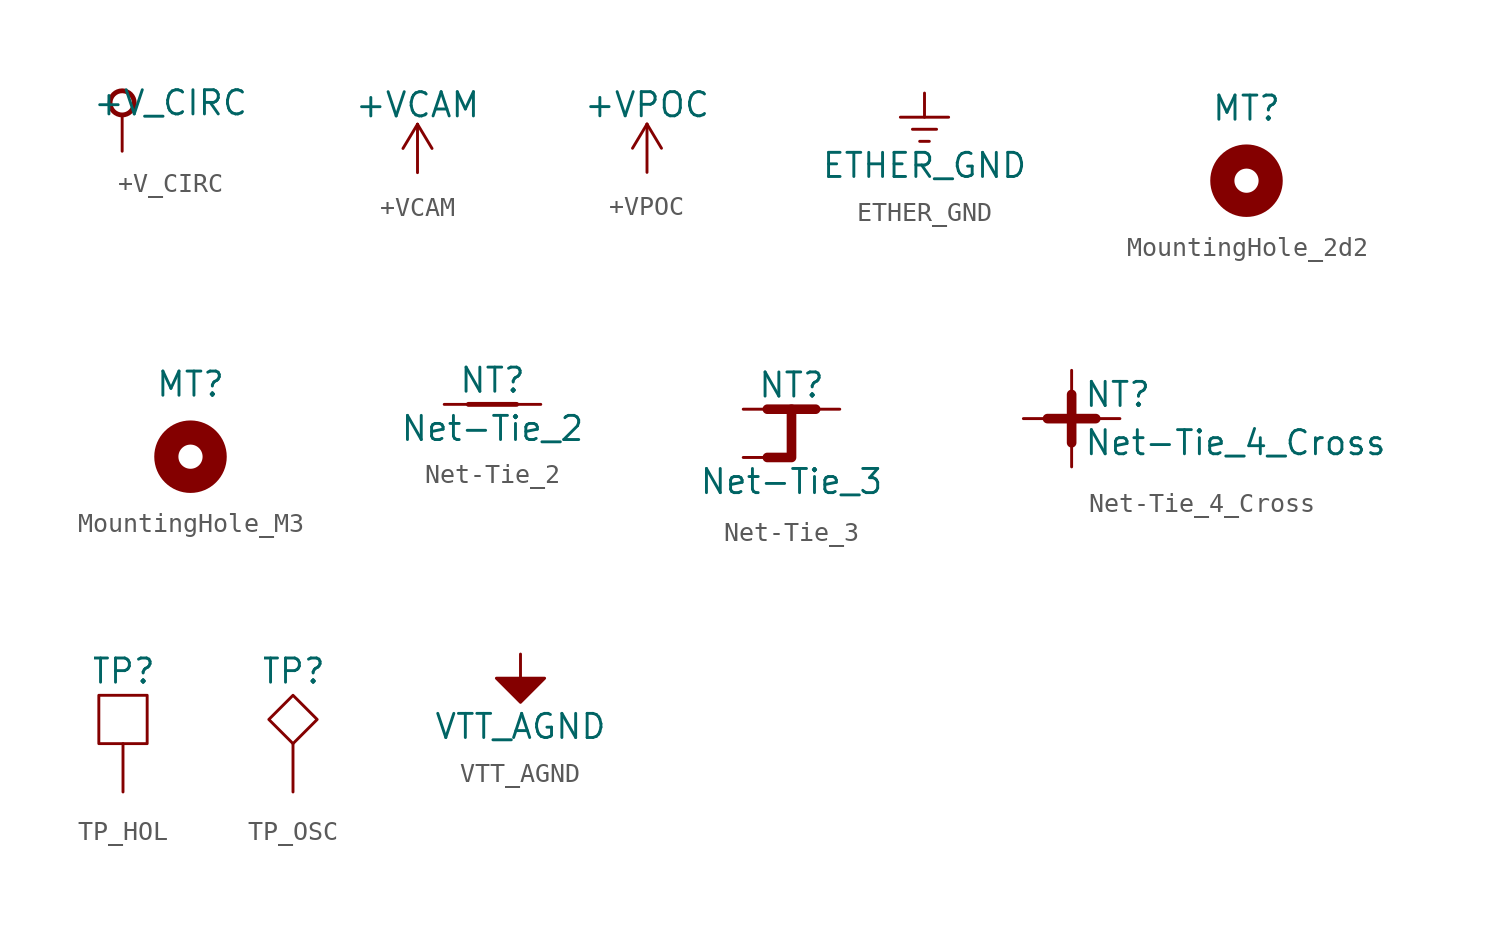
<source format=kicad_sym>
(kicad_symbol_lib
  (version 20211014)
  (generator kicad_symbol_editor)
  (symbol "+V_CIRC"
    (power)
    (pin_names
      (offset 0))
    (property "Reference" "#PWR"
      (at 0 -3.81 0)
      (effects (font (size 1.27 1.27)) hide))
    (property "Value" "+V_CIRC"
      (at 2.54 2.54 0)
      (effects (font (size 1.27 1.27))))
    (symbol "+V_CIRC_0_1"
      (polyline (pts (xy 0 0) (xy 0 1.905)) (stroke (width 0) (type default) (color 0 0 0 0)) (fill (type none)))
      (circle (center 0 2.54) (radius 0.635) (stroke (width 0.254) (type default) (color 0 0 0 0)) (fill (type none))))
    (symbol "+V_CIRC_1_1"
      (pin power_in line (at 0 0 90) (length 0) hide (name "+VPOC" (effects (font (size 1.27 1.27)))) (number "1" (effects (font (size 1.27 1.27)))))))
  (symbol "+VCAM"
    (power)
    (pin_names
      (offset 0))
    (property "Reference" "#PWR"
      (at 0 -3.81 0)
      (effects (font (size 1.27 1.27)) hide))
    (property "Value" "+VCAM"
      (at 0 3.556 0)
      (effects (font (size 1.27 1.27))))
    (symbol "+VCAM_0_1"
      (polyline (pts (xy -0.762 1.27) (xy 0 2.54)) (stroke (width 0) (type default) (color 0 0 0 0)) (fill (type none)))
      (polyline (pts (xy 0 0) (xy 0 2.54)) (stroke (width 0) (type default) (color 0 0 0 0)) (fill (type none)))
      (polyline (pts (xy 0 2.54) (xy 0.762 1.27)) (stroke (width 0) (type default) (color 0 0 0 0)) (fill (type none))))
    (symbol "+VCAM_1_1"
      (pin power_in line (at 0 0 90) (length 0) hide (name "+VCAM" (effects (font (size 1.27 1.27)))) (number "1" (effects (font (size 1.27 1.27)))))))
  (symbol "+VPOC"
    (power)
    (pin_names
      (offset 0))
    (property "Reference" "#PWR"
      (at 0 -3.81 0)
      (effects (font (size 1.27 1.27)) hide))
    (property "Value" "+VPOC"
      (at 0 3.556 0)
      (effects (font (size 1.27 1.27))))
    (symbol "+VPOC_0_1"
      (polyline (pts (xy -0.762 1.27) (xy 0 2.54)) (stroke (width 0) (type default) (color 0 0 0 0)) (fill (type none)))
      (polyline (pts (xy 0 0) (xy 0 2.54)) (stroke (width 0) (type default) (color 0 0 0 0)) (fill (type none)))
      (polyline (pts (xy 0 2.54) (xy 0.762 1.27)) (stroke (width 0) (type default) (color 0 0 0 0)) (fill (type none))))
    (symbol "+VPOC_1_1"
      (pin power_in line (at 0 0 90) (length 0) hide (name "+VPOC" (effects (font (size 1.27 1.27)))) (number "1" (effects (font (size 1.27 1.27)))))))
  (symbol "ETHER_GND"
    (power)
    (pin_names
      (offset 0))
    (property "Reference" "#PWR"
      (at 0 -6.35 0)
      (effects (font (size 1.27 1.27)) hide))
    (property "Value" "ETHER_GND"
      (at 0 -3.81 0)
      (effects (font (size 1.27 1.27))))
    (symbol "ETHER_GND_0_1"
      (polyline (pts (xy -0.635 -1.905) (xy 0.635 -1.905)) (stroke (width 0) (type default) (color 0 0 0 0)) (fill (type none)))
      (polyline (pts (xy -0.254 -2.54) (xy 0.254 -2.54)) (stroke (width 0) (type default) (color 0 0 0 0)) (fill (type none)))
      (polyline (pts (xy 0 0) (xy 0 -1.27)) (stroke (width 0) (type default) (color 0 0 0 0)) (fill (type none)))
      (polyline (pts (xy 1.27 -1.27) (xy -1.27 -1.27)) (stroke (width 0) (type default) (color 0 0 0 0)) (fill (type none))))
    (symbol "ETHER_GND_1_1"
      (pin power_in line (at 0 0 270) (length 0) hide (name "ETHER_GND" (effects (font (size 1.27 1.27)))) (number "1" (effects (font (size 1.27 1.27)))))))
  (symbol "MountingHole_2d2"
    (pin_names
      (offset 1.016))
    (property "Reference" "MT"
      (at 0 3.81 0)
      (effects (font (size 1.27 1.27))))
    (symbol "MountingHole_2d2_0_1"
      (circle (center 0 0) (radius 1.27) (stroke (width 1.27) (type default) (color 0 0 0 0)) (fill (type none)))))
  (symbol "MountingHole_M3"
    (pin_names
      (offset 1.016))
    (property "Reference" "MT"
      (at 0 3.81 0)
      (effects (font (size 1.27 1.27))))
    (symbol "MountingHole_M3_0_1"
      (circle (center 0 0) (radius 1.27) (stroke (width 1.27) (type default) (color 0 0 0 0)) (fill (type none)))))
  (symbol "Net-Tie_2"
    (pin_numbers hide)
    (pin_names
      (offset 0) hide)
    (property "Reference" "NT"
      (at 0 1.27 0)
      (effects (font (size 1.27 1.27))))
    (property "Value" "Net-Tie_2"
      (at 0 -1.27 0)
      (effects (font (size 1.27 1.27))))
    (symbol "Net-Tie_2_0_1"
      (polyline (pts (xy -1.27 0) (xy 1.27 0)) (stroke (width 0.254) (type default) (color 0 0 0 0)) (fill (type none))))
    (symbol "Net-Tie_2_1_1"
      (pin passive line (at -2.54 0 0) (length 2.54) (name "1" (effects (font (size 1.27 1.27)))) (number "1" (effects (font (size 1.27 1.27)))))
      (pin passive line (at 2.54 0 180) (length 2.54) (name "2" (effects (font (size 1.27 1.27)))) (number "2" (effects (font (size 1.27 1.27)))))))
  (symbol "Net-Tie_3"
    (pin_numbers hide)
    (pin_names
      (offset 0) hide)
    (property "Reference" "NT"
      (at 0 1.27 0)
      (effects (font (size 1.27 1.27))))
    (property "Value" "Net-Tie_3"
      (at 0 -3.81 0)
      (effects (font (size 1.27 1.27))))
    (symbol "Net-Tie_3_0_1"
      (polyline (pts (xy -1.27 0) (xy 1.27 0)) (stroke (width 0.508) (type default) (color 0 0 0 0)) (fill (type none)))
      (polyline (pts (xy 0 0) (xy 0 -2.54) (xy -1.27 -2.54)) (stroke (width 0.508) (type default) (color 0 0 0 0)) (fill (type none))))
    (symbol "Net-Tie_3_1_1"
      (pin passive line (at -2.54 0 0) (length 2.54) (name "1" (effects (font (size 1.27 1.27)))) (number "1" (effects (font (size 1.27 1.27)))))
      (pin passive line (at 2.54 0 180) (length 2.54) (name "2" (effects (font (size 1.27 1.27)))) (number "2" (effects (font (size 1.27 1.27)))))
      (pin passive line (at -2.54 -2.54 0) (length 2.54) (name "3" (effects (font (size 1.27 1.27)))) (number "3" (effects (font (size 1.27 1.27)))))))
  (symbol "Net-Tie_4_Cross"
    (pin_numbers hide)
    (pin_names
      (offset 0) hide)
    (property "Reference" "NT"
      (at 0.635 1.27 0)
      (effects (font (size 1.27 1.27)) (justify left)))
    (property "Value" "Net-Tie_4_Cross"
      (at 0.635 -1.27 0)
      (effects (font (size 1.27 1.27)) (justify left)))
    (symbol "Net-Tie_4_Cross_0_1"
      (polyline (pts (xy -1.27 0) (xy 1.27 0)) (stroke (width 0.508) (type default) (color 0 0 0 0)) (fill (type none)))
      (polyline (pts (xy 0 -1.27) (xy 0 1.27)) (stroke (width 0.508) (type default) (color 0 0 0 0)) (fill (type none))))
    (symbol "Net-Tie_4_Cross_1_1"
      (pin passive line (at -2.54 0 0) (length 2.54) (name "1" (effects (font (size 1.27 1.27)))) (number "1" (effects (font (size 1.27 1.27)))))
      (pin passive line (at 2.54 0 180) (length 2.54) (name "2" (effects (font (size 1.27 1.27)))) (number "2" (effects (font (size 1.27 1.27)))))
      (pin passive line (at 0 2.54 270) (length 2.54) (name "3" (effects (font (size 1.27 1.27)))) (number "3" (effects (font (size 1.27 1.27)))))
      (pin passive line (at 0 -2.54 90) (length 2.54) (name "4" (effects (font (size 1.27 1.27)))) (number "4" (effects (font (size 1.27 1.27)))))))
  (symbol "TP_HOL"
    (pin_names
      (offset 1.016))
    (property "Reference" "TP"
      (at 0 3.81 0)
      (effects (font (size 1.27 1.27))))
    (symbol "TP_HOL_0_1"
      (rectangle (start -1.27 2.54) (end 1.27 0) (stroke (width 0) (type default) (color 0 0 0 0)) (fill (type none))))
    (symbol "TP_HOL_1_1"
      (pin passive line (at 0 -2.54 90) (length 2.54) (name "~" (effects (font (size 1.27 1.27)))) (number "~" (effects (font (size 1.27 1.27)))))))
  (symbol "TP_OSC"
    (pin_names
      (offset 1.016))
    (property "Reference" "TP"
      (at 0 3.81 0)
      (effects (font (size 1.27 1.27))))
    (symbol "TP_OSC_0_1"
      (polyline (pts (xy 0 0) (xy 1.27 1.27) (xy 0 2.54) (xy -1.27 1.27) (xy 0 0)) (stroke (width 0) (type default) (color 0 0 0 0)) (fill (type none))))
    (symbol "TP_OSC_1_1"
      (pin passive line (at 0 -2.54 90) (length 2.54) (name "~" (effects (font (size 1.27 1.27)))) (number "~" (effects (font (size 1.27 1.27)))))))
  (symbol "VTT_AGND"
    (power)
    (pin_names
      (offset 0))
    (property "Reference" "#PWR"
      (at 0 -6.35 0)
      (effects (font (size 1.27 1.27)) hide))
    (property "Value" "VTT_AGND"
      (at 0 -3.81 0)
      (effects (font (size 1.27 1.27))))
    (symbol "VTT_AGND_0_1"
      (polyline (pts (xy 0 0) (xy 0 -1.27) (xy 1.27 -1.27) (xy 0 -2.54) (xy -1.27 -1.27) (xy 0 -1.27)) (stroke (width 0) (type default) (color 0 0 0 0)) (fill (type outline))))
    (symbol "VTT_AGND_1_1"
      (pin power_in line (at 0 0 270) (length 0) hide (name "VTT_AGND" (effects (font (size 1.27 1.27)))) (number "1" (effects (font (size 1.27 1.27))))))))
</source>
